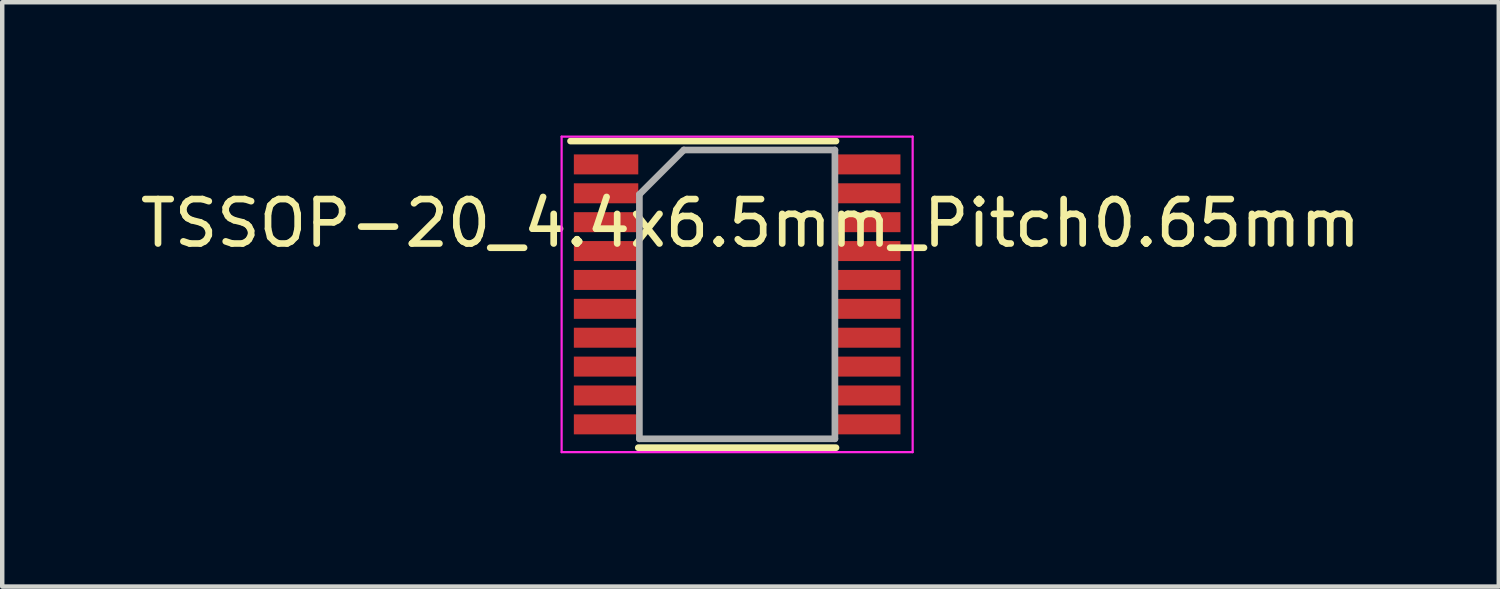
<source format=kicad_pcb>
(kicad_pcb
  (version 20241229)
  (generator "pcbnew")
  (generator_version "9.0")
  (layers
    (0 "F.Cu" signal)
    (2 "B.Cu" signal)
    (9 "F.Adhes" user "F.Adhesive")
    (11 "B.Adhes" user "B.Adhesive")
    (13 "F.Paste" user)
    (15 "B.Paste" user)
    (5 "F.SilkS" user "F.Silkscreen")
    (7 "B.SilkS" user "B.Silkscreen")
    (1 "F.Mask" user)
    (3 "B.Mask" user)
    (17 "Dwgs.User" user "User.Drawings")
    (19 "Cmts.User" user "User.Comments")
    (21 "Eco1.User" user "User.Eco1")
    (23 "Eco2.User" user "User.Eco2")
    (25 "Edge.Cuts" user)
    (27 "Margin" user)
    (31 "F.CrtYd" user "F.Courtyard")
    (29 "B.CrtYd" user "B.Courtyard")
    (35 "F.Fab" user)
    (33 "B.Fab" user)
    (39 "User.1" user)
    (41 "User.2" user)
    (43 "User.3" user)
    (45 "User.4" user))
  (footprint "TSSOP-20_4.4x6.5mm_Pitch0.65mm"
    (layer "F.Cu")
    (at 13.539 3.575)
    (property "Reference" "TSSOP-20_4.4x6.5mm_Pitch0.65mm" (at 0.3 -1.6 0) (layer "F.SilkS") (effects (font (size 1 1) (thickness 0.15))))
    (attr smd)
    (fp_line (start -3.75 -3.45) (end 2.225 -3.45) (stroke (width 0.15) (type solid)) (layer "F.SilkS"))
    (fp_line (start -2.225 3.45) (end 2.225 3.45) (stroke (width 0.15) (type solid)) (layer "F.SilkS"))
    (fp_line (start -3.95 -3.55) (end -3.95 3.55) (stroke (width 0.05) (type solid)) (layer "F.CrtYd"))
    (fp_line (start -3.95 -3.55) (end 3.95 -3.55) (stroke (width 0.05) (type solid)) (layer "F.CrtYd"))
    (fp_line (start -3.95 3.55) (end 3.95 3.55) (stroke (width 0.05) (type solid)) (layer "F.CrtYd"))
    (fp_line (start 3.95 -3.55) (end 3.95 3.55) (stroke (width 0.05) (type solid)) (layer "F.CrtYd"))
    (fp_line (start -2.2 -2.25) (end -1.2 -3.25) (stroke (width 0.15) (type solid)) (layer "F.Fab"))
    (fp_line (start -2.2 3.25) (end -2.2 -2.25) (stroke (width 0.15) (type solid)) (layer "F.Fab"))
    (fp_line (start -1.2 -3.25) (end 2.2 -3.25) (stroke (width 0.15) (type solid)) (layer "F.Fab"))
    (fp_line (start 2.2 -3.25) (end 2.2 3.25) (stroke (width 0.15) (type solid)) (layer "F.Fab"))
    (fp_line (start 2.2 3.25) (end -2.2 3.25) (stroke (width 0.15) (type solid)) (layer "F.Fab"))
    (pad "1" smd rect (at -2.95 -2.925) (size 1.45 0.45) (layers "F.Cu" "F.Mask" "F.Paste"))
    (pad "2" smd rect (at -2.95 -2.275) (size 1.45 0.45) (layers "F.Cu" "F.Mask" "F.Paste"))
    (pad "3" smd rect (at -2.95 -1.625) (size 1.45 0.45) (layers "F.Cu" "F.Mask" "F.Paste"))
    (pad "4" smd rect (at -2.95 -0.975) (size 1.45 0.45) (layers "F.Cu" "F.Mask" "F.Paste"))
    (pad "5" smd rect (at -2.95 -0.325) (size 1.45 0.45) (layers "F.Cu" "F.Mask" "F.Paste"))
    (pad "6" smd rect (at -2.95 0.325) (size 1.45 0.45) (layers "F.Cu" "F.Mask" "F.Paste"))
    (pad "7" smd rect (at -2.95 0.975) (size 1.45 0.45) (layers "F.Cu" "F.Mask" "F.Paste"))
    (pad "8" smd rect (at -2.95 1.625) (size 1.45 0.45) (layers "F.Cu" "F.Mask" "F.Paste"))
    (pad "9" smd rect (at -2.95 2.275) (size 1.45 0.45) (layers "F.Cu" "F.Mask" "F.Paste"))
    (pad "10" smd rect (at -2.95 2.925) (size 1.45 0.45) (layers "F.Cu" "F.Mask" "F.Paste"))
    (pad "11" smd rect (at 2.95 2.925) (size 1.45 0.45) (layers "F.Cu" "F.Mask" "F.Paste"))
    (pad "12" smd rect (at 2.95 2.275) (size 1.45 0.45) (layers "F.Cu" "F.Mask" "F.Paste"))
    (pad "13" smd rect (at 2.95 1.625) (size 1.45 0.45) (layers "F.Cu" "F.Mask" "F.Paste"))
    (pad "14" smd rect (at 2.95 0.975) (size 1.45 0.45) (layers "F.Cu" "F.Mask" "F.Paste"))
    (pad "15" smd rect (at 2.95 0.325) (size 1.45 0.45) (layers "F.Cu" "F.Mask" "F.Paste"))
    (pad "16" smd rect (at 2.95 -0.325) (size 1.45 0.45) (layers "F.Cu" "F.Mask" "F.Paste"))
    (pad "17" smd rect (at 2.95 -0.975) (size 1.45 0.45) (layers "F.Cu" "F.Mask" "F.Paste"))
    (pad "18" smd rect (at 2.95 -1.625) (size 1.45 0.45) (layers "F.Cu" "F.Mask" "F.Paste"))
    (pad "19" smd rect (at 2.95 -2.275) (size 1.45 0.45) (layers "F.Cu" "F.Mask" "F.Paste"))
    (pad "20" smd rect (at 2.95 -2.925) (size 1.45 0.45) (layers "F.Cu" "F.Mask" "F.Paste")))
  (gr_rect
    (start -3 -3)
    (end 30.679 10.15)
    (stroke (width 0.1) (type default))
    (fill no)
    (layer "Edge.Cuts")))
</source>
